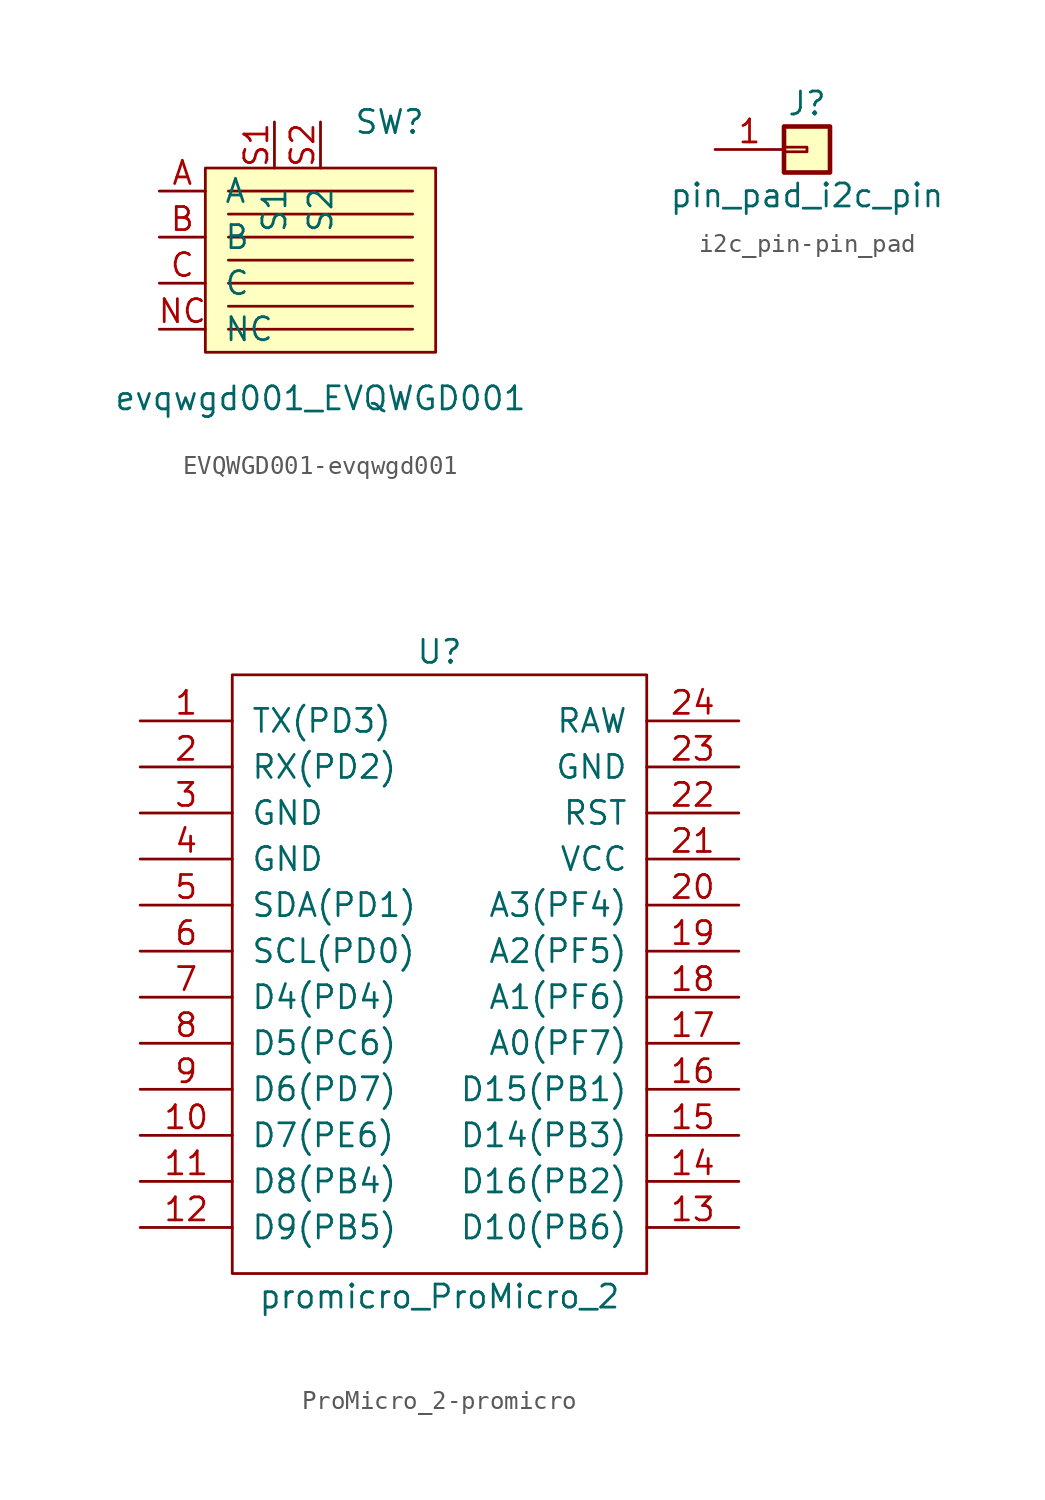
<source format=kicad_sym>
(kicad_symbol_lib
  (version 20231120)
  (generator "kicad_symbol_editor")
  (generator_version "8.0")
  (symbol "EVQWGD001-evqwgd001"
    (pin_names
      (offset 1.016))
    (property "Reference" "SW"
      (at 3.81 6.35 0)
      (effects (font (size 1.27 1.27))))
    (property "Value" "evqwgd001_EVQWGD001"
      (at 0 -8.89 0)
      (effects (font (size 1.27 1.27))))
    (symbol "EVQWGD001-evqwgd001_0_1"
      (rectangle (start -6.35 3.81) (end 6.35 -6.35) (stroke (width 0) (type solid)) (fill (type background)))
      (polyline (pts (xy -5.08 -5.08) (xy 5.08 -5.08)) (stroke (width 0) (type solid)) (fill (type none)))
      (polyline (pts (xy -5.08 -3.81) (xy 5.08 -3.81)) (stroke (width 0) (type solid)) (fill (type none)))
      (polyline (pts (xy -5.08 -2.54) (xy 5.08 -2.54)) (stroke (width 0) (type solid)) (fill (type none)))
      (polyline (pts (xy -5.08 -1.27) (xy 5.08 -1.27)) (stroke (width 0) (type solid)) (fill (type none)))
      (polyline (pts (xy -5.08 0) (xy 5.08 0)) (stroke (width 0) (type solid)) (fill (type none)))
      (polyline (pts (xy -5.08 1.27) (xy 5.08 1.27)) (stroke (width 0) (type solid)) (fill (type none)))
      (polyline (pts (xy -5.08 2.54) (xy 5.08 2.54)) (stroke (width 0) (type solid)) (fill (type none))))
    (symbol "EVQWGD001-evqwgd001_1_1"
      (pin output line (at -8.89 2.54 0) (length 2.54) (name "A" (effects (font (size 1.27 1.27)))) (number "A" (effects (font (size 1.27 1.27)))))
      (pin output line (at -8.89 0 0) (length 2.54) (name "B" (effects (font (size 1.27 1.27)))) (number "B" (effects (font (size 1.27 1.27)))))
      (pin passive line (at -8.89 -2.54 0) (length 2.54) (name "C" (effects (font (size 1.27 1.27)))) (number "C" (effects (font (size 1.27 1.27)))))
      (pin unspecified line (at -8.89 -5.08 0) (length 2.54) (name "NC" (effects (font (size 1.27 1.27)))) (number "NC" (effects (font (size 1.27 1.27)))))
      (pin output line (at -2.54 6.35 270) (length 2.54) (name "S1" (effects (font (size 1.27 1.27)))) (number "S1" (effects (font (size 1.27 1.27)))))
      (pin output line (at 0 6.35 270) (length 2.54) (name "S2" (effects (font (size 1.27 1.27)))) (number "S2" (effects (font (size 1.27 1.27)))))))
  (symbol "i2c_pin-pin_pad"
    (pin_names
      (offset 1.016) hide)
    (property "Reference" "J"
      (at 0 2.54 0)
      (effects (font (size 1.27 1.27))))
    (property "Value" "pin_pad_i2c_pin"
      (at 0 -2.54 0)
      (effects (font (size 1.27 1.27))))
    (symbol "i2c_pin-pin_pad_1_1"
      (rectangle (start -1.27 0.127) (end 0 -0.127) (stroke (width 0.152) (type solid)) (fill (type none)))
      (rectangle (start -1.27 1.27) (end 1.27 -1.27) (stroke (width 0.254) (type solid)) (fill (type background)))
      (pin passive line (at -5.08 0 0) (length 3.81) (name "Pin_1" (effects (font (size 1.27 1.27)))) (number "1" (effects (font (size 1.27 1.27)))))))
  (symbol "ProMicro_2-promicro"
    (pin_names
      (offset 1.016))
    (property "Reference" "U"
      (at 0 17.78 0)
      (effects (font (size 1.27 1.27))))
    (property "Value" "promicro_ProMicro_2"
      (at 0 -17.78 0)
      (effects (font (size 1.27 1.27))))
    (symbol "ProMicro_2-promicro_0_1"
      (rectangle (start -11.43 16.51) (end 11.43 -16.51) (stroke (width 0) (type solid)) (fill (type none))))
    (symbol "ProMicro_2-promicro_1_1"
      (pin input line (at -16.51 13.97 0) (length 5.08) (name "TX(PD3)" (effects (font (size 1.27 1.27)))) (number "1" (effects (font (size 1.27 1.27)))))
      (pin input line (at -16.51 -8.89 0) (length 5.08) (name "D7(PE6)" (effects (font (size 1.27 1.27)))) (number "10" (effects (font (size 1.27 1.27)))))
      (pin input line (at -16.51 -11.43 0) (length 5.08) (name "D8(PB4)" (effects (font (size 1.27 1.27)))) (number "11" (effects (font (size 1.27 1.27)))))
      (pin input line (at -16.51 -13.97 0) (length 5.08) (name "D9(PB5)" (effects (font (size 1.27 1.27)))) (number "12" (effects (font (size 1.27 1.27)))))
      (pin input line (at 16.51 -13.97 180) (length 5.08) (name "D10(PB6)" (effects (font (size 1.27 1.27)))) (number "13" (effects (font (size 1.27 1.27)))))
      (pin input line (at 16.51 -11.43 180) (length 5.08) (name "D16(PB2)" (effects (font (size 1.27 1.27)))) (number "14" (effects (font (size 1.27 1.27)))))
      (pin input line (at 16.51 -8.89 180) (length 5.08) (name "D14(PB3)" (effects (font (size 1.27 1.27)))) (number "15" (effects (font (size 1.27 1.27)))))
      (pin input line (at 16.51 -6.35 180) (length 5.08) (name "D15(PB1)" (effects (font (size 1.27 1.27)))) (number "16" (effects (font (size 1.27 1.27)))))
      (pin input line (at 16.51 -3.81 180) (length 5.08) (name "A0(PF7)" (effects (font (size 1.27 1.27)))) (number "17" (effects (font (size 1.27 1.27)))))
      (pin input line (at 16.51 -1.27 180) (length 5.08) (name "A1(PF6)" (effects (font (size 1.27 1.27)))) (number "18" (effects (font (size 1.27 1.27)))))
      (pin input line (at 16.51 1.27 180) (length 5.08) (name "A2(PF5)" (effects (font (size 1.27 1.27)))) (number "19" (effects (font (size 1.27 1.27)))))
      (pin input line (at -16.51 11.43 0) (length 5.08) (name "RX(PD2)" (effects (font (size 1.27 1.27)))) (number "2" (effects (font (size 1.27 1.27)))))
      (pin input line (at 16.51 3.81 180) (length 5.08) (name "A3(PF4)" (effects (font (size 1.27 1.27)))) (number "20" (effects (font (size 1.27 1.27)))))
      (pin input line (at 16.51 6.35 180) (length 5.08) (name "VCC" (effects (font (size 1.27 1.27)))) (number "21" (effects (font (size 1.27 1.27)))))
      (pin input line (at 16.51 8.89 180) (length 5.08) (name "RST" (effects (font (size 1.27 1.27)))) (number "22" (effects (font (size 1.27 1.27)))))
      (pin input line (at 16.51 11.43 180) (length 5.08) (name "GND" (effects (font (size 1.27 1.27)))) (number "23" (effects (font (size 1.27 1.27)))))
      (pin input line (at 16.51 13.97 180) (length 5.08) (name "RAW" (effects (font (size 1.27 1.27)))) (number "24" (effects (font (size 1.27 1.27)))))
      (pin input line (at -16.51 8.89 0) (length 5.08) (name "GND" (effects (font (size 1.27 1.27)))) (number "3" (effects (font (size 1.27 1.27)))))
      (pin input line (at -16.51 6.35 0) (length 5.08) (name "GND" (effects (font (size 1.27 1.27)))) (number "4" (effects (font (size 1.27 1.27)))))
      (pin input line (at -16.51 3.81 0) (length 5.08) (name "SDA(PD1)" (effects (font (size 1.27 1.27)))) (number "5" (effects (font (size 1.27 1.27)))))
      (pin input line (at -16.51 1.27 0) (length 5.08) (name "SCL(PD0)" (effects (font (size 1.27 1.27)))) (number "6" (effects (font (size 1.27 1.27)))))
      (pin input line (at -16.51 -1.27 0) (length 5.08) (name "D4(PD4)" (effects (font (size 1.27 1.27)))) (number "7" (effects (font (size 1.27 1.27)))))
      (pin input line (at -16.51 -3.81 0) (length 5.08) (name "D5(PC6)" (effects (font (size 1.27 1.27)))) (number "8" (effects (font (size 1.27 1.27)))))
      (pin input line (at -16.51 -6.35 0) (length 5.08) (name "D6(PD7)" (effects (font (size 1.27 1.27)))) (number "9" (effects (font (size 1.27 1.27))))))))
</source>
